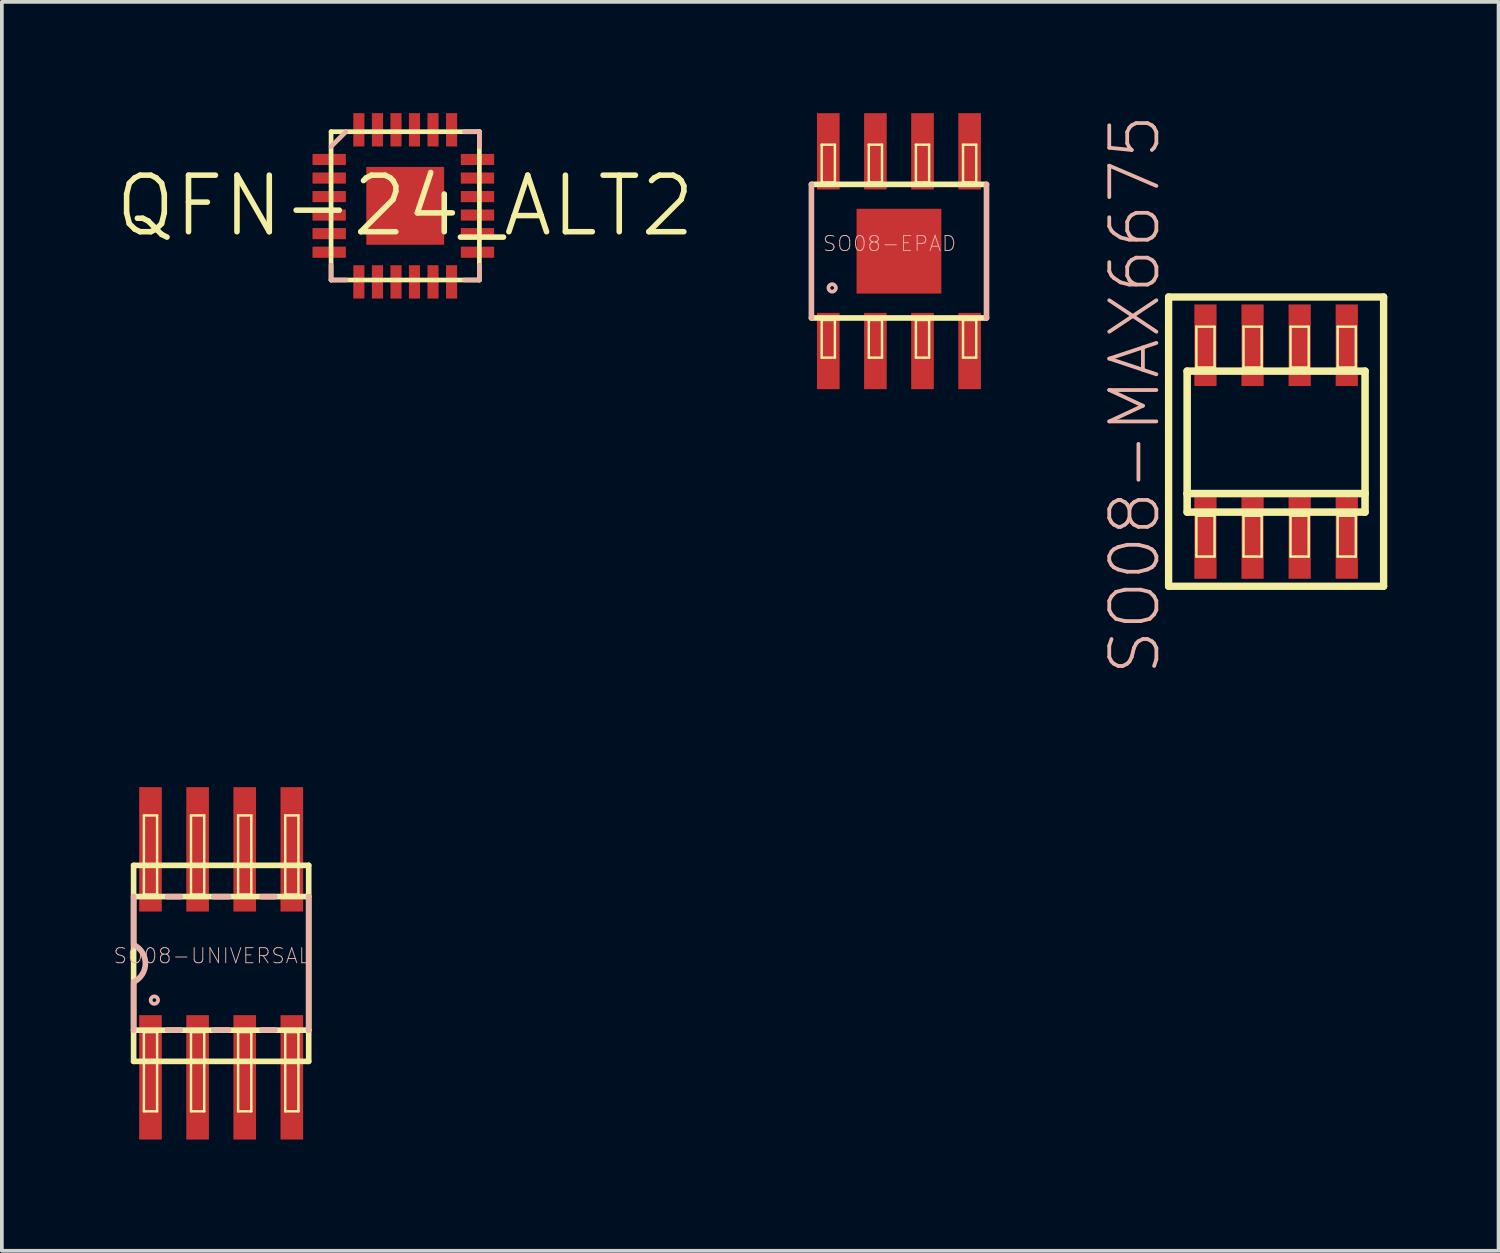
<source format=kicad_pcb>
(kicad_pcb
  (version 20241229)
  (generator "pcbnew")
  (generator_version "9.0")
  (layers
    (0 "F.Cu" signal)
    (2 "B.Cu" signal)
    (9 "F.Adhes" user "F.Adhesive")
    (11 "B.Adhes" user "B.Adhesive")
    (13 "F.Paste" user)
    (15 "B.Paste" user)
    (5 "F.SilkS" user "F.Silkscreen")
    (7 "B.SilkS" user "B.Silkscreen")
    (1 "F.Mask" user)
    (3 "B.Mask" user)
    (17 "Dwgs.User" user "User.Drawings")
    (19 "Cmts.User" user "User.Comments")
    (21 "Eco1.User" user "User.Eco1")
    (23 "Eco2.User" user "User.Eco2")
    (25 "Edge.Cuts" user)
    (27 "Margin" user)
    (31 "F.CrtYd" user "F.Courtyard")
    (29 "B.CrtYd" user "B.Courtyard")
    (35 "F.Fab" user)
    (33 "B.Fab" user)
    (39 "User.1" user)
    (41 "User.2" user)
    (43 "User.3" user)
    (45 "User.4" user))
  (footprint "SO08-MAX6675"
    (layer "F.Cu")
    (at 31.351 8.855)
    (property "Reference" "SO08-MAX6675" (at -3.81 -1.27 90) (layer "B.SilkS") (effects (font (size 1.27 1.27) (thickness 0.102))))
    (attr smd)
    (fp_line (start -2.898 -3.899) (end 2.898 -3.899) (stroke (width 0.198) (type solid)) (layer "F.SilkS"))
    (fp_line (start -2.898 3.899) (end -2.898 -3.899) (stroke (width 0.198) (type solid)) (layer "F.SilkS"))
    (fp_line (start -2.398 -1.9) (end 2.398 -1.9) (stroke (width 0.203) (type solid)) (layer "F.SilkS"))
    (fp_line (start -2.398 1.4) (end -2.398 -1.9) (stroke (width 0.203) (type solid)) (layer "F.SilkS"))
    (fp_line (start -2.398 1.9) (end -2.398 1.4) (stroke (width 0.203) (type solid)) (layer "F.SilkS"))
    (fp_line (start -2.149 -3.099) (end -1.659 -3.099) (stroke (width 0.066) (type solid)) (layer "F.SilkS"))
    (fp_line (start -2.149 -1.999) (end -2.149 -3.099) (stroke (width 0.066) (type solid)) (layer "F.SilkS"))
    (fp_line (start -2.149 -1.999) (end -1.659 -1.999) (stroke (width 0.066) (type solid)) (layer "F.SilkS"))
    (fp_line (start -2.149 1.999) (end -1.659 1.999) (stroke (width 0.066) (type solid)) (layer "F.SilkS"))
    (fp_line (start -2.149 3.099) (end -2.149 1.999) (stroke (width 0.066) (type solid)) (layer "F.SilkS"))
    (fp_line (start -2.149 3.099) (end -1.659 3.099) (stroke (width 0.066) (type solid)) (layer "F.SilkS"))
    (fp_line (start -1.659 -1.999) (end -1.659 -3.099) (stroke (width 0.066) (type solid)) (layer "F.SilkS"))
    (fp_line (start -1.659 3.099) (end -1.659 1.999) (stroke (width 0.066) (type solid)) (layer "F.SilkS"))
    (fp_line (start -0.879 -3.099) (end -0.389 -3.099) (stroke (width 0.066) (type solid)) (layer "F.SilkS"))
    (fp_line (start -0.879 -1.999) (end -0.879 -3.099) (stroke (width 0.066) (type solid)) (layer "F.SilkS"))
    (fp_line (start -0.879 -1.999) (end -0.389 -1.999) (stroke (width 0.066) (type solid)) (layer "F.SilkS"))
    (fp_line (start -0.879 1.999) (end -0.389 1.999) (stroke (width 0.066) (type solid)) (layer "F.SilkS"))
    (fp_line (start -0.879 3.099) (end -0.879 1.999) (stroke (width 0.066) (type solid)) (layer "F.SilkS"))
    (fp_line (start -0.879 3.099) (end -0.389 3.099) (stroke (width 0.066) (type solid)) (layer "F.SilkS"))
    (fp_line (start -0.389 -1.999) (end -0.389 -3.099) (stroke (width 0.066) (type solid)) (layer "F.SilkS"))
    (fp_line (start -0.389 3.099) (end -0.389 1.999) (stroke (width 0.066) (type solid)) (layer "F.SilkS"))
    (fp_line (start 0.389 -3.099) (end 0.879 -3.099) (stroke (width 0.066) (type solid)) (layer "F.SilkS"))
    (fp_line (start 0.389 -1.999) (end 0.389 -3.099) (stroke (width 0.066) (type solid)) (layer "F.SilkS"))
    (fp_line (start 0.389 -1.999) (end 0.879 -1.999) (stroke (width 0.066) (type solid)) (layer "F.SilkS"))
    (fp_line (start 0.389 1.999) (end 0.879 1.999) (stroke (width 0.066) (type solid)) (layer "F.SilkS"))
    (fp_line (start 0.389 3.099) (end 0.389 1.999) (stroke (width 0.066) (type solid)) (layer "F.SilkS"))
    (fp_line (start 0.389 3.099) (end 0.879 3.099) (stroke (width 0.066) (type solid)) (layer "F.SilkS"))
    (fp_line (start 0.879 -1.999) (end 0.879 -3.099) (stroke (width 0.066) (type solid)) (layer "F.SilkS"))
    (fp_line (start 0.879 3.099) (end 0.879 1.999) (stroke (width 0.066) (type solid)) (layer "F.SilkS"))
    (fp_line (start 1.659 -3.099) (end 2.149 -3.099) (stroke (width 0.066) (type solid)) (layer "F.SilkS"))
    (fp_line (start 1.659 -1.999) (end 1.659 -3.099) (stroke (width 0.066) (type solid)) (layer "F.SilkS"))
    (fp_line (start 1.659 -1.999) (end 2.149 -1.999) (stroke (width 0.066) (type solid)) (layer "F.SilkS"))
    (fp_line (start 1.659 1.999) (end 2.149 1.999) (stroke (width 0.066) (type solid)) (layer "F.SilkS"))
    (fp_line (start 1.659 3.099) (end 1.659 1.999) (stroke (width 0.066) (type solid)) (layer "F.SilkS"))
    (fp_line (start 1.659 3.099) (end 2.149 3.099) (stroke (width 0.066) (type solid)) (layer "F.SilkS"))
    (fp_line (start 2.149 -1.999) (end 2.149 -3.099) (stroke (width 0.066) (type solid)) (layer "F.SilkS"))
    (fp_line (start 2.149 3.099) (end 2.149 1.999) (stroke (width 0.066) (type solid)) (layer "F.SilkS"))
    (fp_line (start 2.398 -1.9) (end 2.398 1.4) (stroke (width 0.203) (type solid)) (layer "F.SilkS"))
    (fp_line (start 2.398 1.4) (end -2.398 1.4) (stroke (width 0.203) (type solid)) (layer "F.SilkS"))
    (fp_line (start 2.398 1.4) (end 2.398 1.9) (stroke (width 0.203) (type solid)) (layer "F.SilkS"))
    (fp_line (start 2.398 1.9) (end -2.398 1.9) (stroke (width 0.203) (type solid)) (layer "F.SilkS"))
    (fp_line (start 2.898 -3.899) (end 2.898 3.899) (stroke (width 0.198) (type solid)) (layer "F.SilkS"))
    (fp_line (start 2.898 3.899) (end -2.898 3.899) (stroke (width 0.198) (type solid)) (layer "F.SilkS"))
    (pad "1" smd rect (at -1.905 2.598) (size 0.599 2.2) (layers "F.Cu" "F.Mask" "F.Paste"))
    (pad "2" smd rect (at -0.635 2.598) (size 0.599 2.2) (layers "F.Cu" "F.Mask" "F.Paste"))
    (pad "3" smd rect (at 0.635 2.598) (size 0.599 2.2) (layers "F.Cu" "F.Mask" "F.Paste"))
    (pad "4" smd rect (at 1.905 2.598) (size 0.599 2.2) (layers "F.Cu" "F.Mask" "F.Paste"))
    (pad "5" smd rect (at 1.905 -2.598) (size 0.599 2.2) (layers "F.Cu" "F.Mask" "F.Paste"))
    (pad "6" smd rect (at 0.635 -2.598) (size 0.599 2.2) (layers "F.Cu" "F.Mask" "F.Paste"))
    (pad "7" smd rect (at -0.635 -2.598) (size 0.599 2.2) (layers "F.Cu" "F.Mask" "F.Paste"))
    (pad "8" smd rect (at -1.905 -2.598) (size 0.599 2.2) (layers "F.Cu" "F.Mask" "F.Paste")))
  (footprint "SO08-EPAD"
    (layer "F.Cu")
    (at 21.184 3.721)
    (property "Reference" "SO08-EPAD" (at -0.254 -0.203 0) (layer "B.SilkS") (effects (font (size 0.406 0.406) (thickness 0.025))))
    (attr smd)
    (fp_line (start -2.36 1.801) (end 2.36 1.801) (stroke (width 0.152) (type solid)) (layer "F.SilkS"))
    (fp_line (start -2.083 -2.87) (end -1.727 -2.87) (stroke (width 0.066) (type solid)) (layer "F.SilkS"))
    (fp_line (start -2.083 -1.854) (end -2.083 -2.87) (stroke (width 0.066) (type solid)) (layer "F.SilkS"))
    (fp_line (start -2.083 -1.854) (end -1.727 -1.854) (stroke (width 0.066) (type solid)) (layer "F.SilkS"))
    (fp_line (start -2.083 1.854) (end -1.727 1.854) (stroke (width 0.066) (type solid)) (layer "F.SilkS"))
    (fp_line (start -2.083 2.87) (end -2.083 1.854) (stroke (width 0.066) (type solid)) (layer "F.SilkS"))
    (fp_line (start -2.083 2.87) (end -1.727 2.87) (stroke (width 0.066) (type solid)) (layer "F.SilkS"))
    (fp_line (start -1.727 -1.854) (end -1.727 -2.87) (stroke (width 0.066) (type solid)) (layer "F.SilkS"))
    (fp_line (start -1.727 2.87) (end -1.727 1.854) (stroke (width 0.066) (type solid)) (layer "F.SilkS"))
    (fp_line (start -0.813 -2.87) (end -0.457 -2.87) (stroke (width 0.066) (type solid)) (layer "F.SilkS"))
    (fp_line (start -0.813 -1.854) (end -0.813 -2.87) (stroke (width 0.066) (type solid)) (layer "F.SilkS"))
    (fp_line (start -0.813 -1.854) (end -0.457 -1.854) (stroke (width 0.066) (type solid)) (layer "F.SilkS"))
    (fp_line (start -0.813 1.854) (end -0.457 1.854) (stroke (width 0.066) (type solid)) (layer "F.SilkS"))
    (fp_line (start -0.813 2.87) (end -0.813 1.854) (stroke (width 0.066) (type solid)) (layer "F.SilkS"))
    (fp_line (start -0.813 2.87) (end -0.457 2.87) (stroke (width 0.066) (type solid)) (layer "F.SilkS"))
    (fp_line (start -0.457 -1.854) (end -0.457 -2.87) (stroke (width 0.066) (type solid)) (layer "F.SilkS"))
    (fp_line (start -0.457 2.87) (end -0.457 1.854) (stroke (width 0.066) (type solid)) (layer "F.SilkS"))
    (fp_line (start 0.457 -2.87) (end 0.813 -2.87) (stroke (width 0.066) (type solid)) (layer "F.SilkS"))
    (fp_line (start 0.457 -1.854) (end 0.457 -2.87) (stroke (width 0.066) (type solid)) (layer "F.SilkS"))
    (fp_line (start 0.457 -1.854) (end 0.813 -1.854) (stroke (width 0.066) (type solid)) (layer "F.SilkS"))
    (fp_line (start 0.457 1.854) (end 0.813 1.854) (stroke (width 0.066) (type solid)) (layer "F.SilkS"))
    (fp_line (start 0.457 2.87) (end 0.457 1.854) (stroke (width 0.066) (type solid)) (layer "F.SilkS"))
    (fp_line (start 0.457 2.87) (end 0.813 2.87) (stroke (width 0.066) (type solid)) (layer "F.SilkS"))
    (fp_line (start 0.813 -1.854) (end 0.813 -2.87) (stroke (width 0.066) (type solid)) (layer "F.SilkS"))
    (fp_line (start 0.813 2.87) (end 0.813 1.854) (stroke (width 0.066) (type solid)) (layer "F.SilkS"))
    (fp_line (start 1.727 -2.87) (end 2.083 -2.87) (stroke (width 0.066) (type solid)) (layer "F.SilkS"))
    (fp_line (start 1.727 -1.854) (end 1.727 -2.87) (stroke (width 0.066) (type solid)) (layer "F.SilkS"))
    (fp_line (start 1.727 -1.854) (end 2.083 -1.854) (stroke (width 0.066) (type solid)) (layer "F.SilkS"))
    (fp_line (start 1.727 1.854) (end 2.083 1.854) (stroke (width 0.066) (type solid)) (layer "F.SilkS"))
    (fp_line (start 1.727 2.87) (end 1.727 1.854) (stroke (width 0.066) (type solid)) (layer "F.SilkS"))
    (fp_line (start 1.727 2.87) (end 2.083 2.87) (stroke (width 0.066) (type solid)) (layer "F.SilkS"))
    (fp_line (start 2.083 -1.854) (end 2.083 -2.87) (stroke (width 0.066) (type solid)) (layer "F.SilkS"))
    (fp_line (start 2.083 2.87) (end 2.083 1.854) (stroke (width 0.066) (type solid)) (layer "F.SilkS"))
    (fp_line (start 2.36 -1.801) (end -2.36 -1.801) (stroke (width 0.152) (type solid)) (layer "F.SilkS"))
    (fp_line (start -2.36 -1.801) (end -2.36 1.801) (stroke (width 0.152) (type solid)) (layer "B.SilkS"))
    (fp_line (start 2.36 1.801) (end 2.36 -1.801) (stroke (width 0.152) (type solid)) (layer "B.SilkS"))
    (fp_circle (center -1.801 0.991) (end -1.872 1.062) (stroke (width 0.102) (type solid)) (fill no) (layer "B.SilkS"))
    (pad "1" smd rect (at -1.905 2.692) (size 0.61 2.057) (layers "F.Cu" "F.Mask" "F.Paste"))
    (pad "2" smd rect (at -0.635 2.692) (size 0.61 2.057) (layers "F.Cu" "F.Mask" "F.Paste"))
    (pad "3" smd rect (at 0.635 2.692) (size 0.61 2.057) (layers "F.Cu" "F.Mask" "F.Paste"))
    (pad "4" smd rect (at 1.905 2.692) (size 0.61 2.057) (layers "F.Cu" "F.Mask" "F.Paste"))
    (pad "5" smd rect (at 1.905 -2.692) (size 0.61 2.057) (layers "F.Cu" "F.Mask" "F.Paste"))
    (pad "6" smd rect (at 0.635 -2.692) (size 0.61 2.057) (layers "F.Cu" "F.Mask" "F.Paste"))
    (pad "7" smd rect (at -0.635 -2.692) (size 0.61 2.057) (layers "F.Cu" "F.Mask" "F.Paste"))
    (pad "8" smd rect (at -1.905 -2.692) (size 0.61 2.057) (layers "F.Cu" "F.Mask" "F.Paste"))
    (pad "EPAD" smd rect (at 0 0 90) (size 2.286 2.286) (layers "F.Cu" "F.Mask" "F.Paste")))
  (footprint "QFN-24_ALT2"
    (layer "F.Cu")
    (at 7.874 2.499)
    (property "Reference" "QFN-24_ALT2" (at 0 0 0) (layer "F.SilkS") (effects (font (size 1.524 1.524) (thickness 0.15))))
    (attr smd)
    (fp_line (start -1.999 -1.999) (end 1.999 -1.999) (stroke (width 0.127) (type solid)) (layer "F.SilkS"))
    (fp_line (start -1.999 1.999) (end -1.999 -1.999) (stroke (width 0.127) (type solid)) (layer "F.SilkS"))
    (fp_line (start 1.999 -1.999) (end 1.999 1.999) (stroke (width 0.127) (type solid)) (layer "F.SilkS"))
    (fp_line (start 1.999 1.999) (end -1.999 1.999) (stroke (width 0.127) (type solid)) (layer "F.SilkS"))
    (fp_line (start -1.999 -1.598) (end -1.598 -1.999) (stroke (width 0.127) (type solid)) (layer "B.SilkS"))
    (fp_line (start -1.999 1.999) (end -1.999 1.598) (stroke (width 0.127) (type solid)) (layer "B.SilkS"))
    (fp_line (start -1.999 1.999) (end -1.598 1.999) (stroke (width 0.127) (type solid)) (layer "B.SilkS"))
    (fp_line (start 1.999 -1.999) (end 1.598 -1.999) (stroke (width 0.127) (type solid)) (layer "B.SilkS"))
    (fp_line (start 1.999 -1.999) (end 1.999 -1.598) (stroke (width 0.127) (type solid)) (layer "B.SilkS"))
    (fp_line (start 1.999 1.999) (end 1.598 1.999) (stroke (width 0.127) (type solid)) (layer "B.SilkS"))
    (fp_line (start 1.999 1.999) (end 1.999 1.598) (stroke (width 0.127) (type solid)) (layer "B.SilkS"))
    (pad "1" smd rect (at -2.05 -1.25 90) (size 0.3 0.899) (layers "F.Cu" "F.Mask" "F.Paste"))
    (pad "2" smd rect (at -2.05 -0.749 90) (size 0.3 0.899) (layers "F.Cu" "F.Mask" "F.Paste"))
    (pad "3" smd rect (at -2.05 -0.249 90) (size 0.3 0.899) (layers "F.Cu" "F.Mask" "F.Paste"))
    (pad "4" smd rect (at -2.05 0.249 90) (size 0.3 0.899) (layers "F.Cu" "F.Mask" "F.Paste"))
    (pad "5" smd rect (at -2.05 0.749 90) (size 0.3 0.899) (layers "F.Cu" "F.Mask" "F.Paste"))
    (pad "6" smd rect (at -2.05 1.25 90) (size 0.3 0.899) (layers "F.Cu" "F.Mask" "F.Paste"))
    (pad "7" smd rect (at -1.25 2.05) (size 0.3 0.899) (layers "F.Cu" "F.Mask" "F.Paste"))
    (pad "8" smd rect (at -0.749 2.05) (size 0.3 0.899) (layers "F.Cu" "F.Mask" "F.Paste"))
    (pad "9" smd rect (at -0.249 2.05) (size 0.3 0.899) (layers "F.Cu" "F.Mask" "F.Paste"))
    (pad "10" smd rect (at 0.249 2.05) (size 0.3 0.899) (layers "F.Cu" "F.Mask" "F.Paste"))
    (pad "11" smd rect (at 0.749 2.05) (size 0.3 0.899) (layers "F.Cu" "F.Mask" "F.Paste"))
    (pad "12" smd rect (at 1.25 2.05) (size 0.3 0.899) (layers "F.Cu" "F.Mask" "F.Paste"))
    (pad "13" smd rect (at 1.948 1.25 90) (size 0.3 0.899) (layers "F.Cu" "F.Mask" "F.Paste"))
    (pad "14" smd rect (at 1.948 0.749 90) (size 0.3 0.899) (layers "F.Cu" "F.Mask" "F.Paste"))
    (pad "15" smd rect (at 1.948 0.249 90) (size 0.3 0.899) (layers "F.Cu" "F.Mask" "F.Paste"))
    (pad "16" smd rect (at 1.948 -0.249 90) (size 0.3 0.899) (layers "F.Cu" "F.Mask" "F.Paste"))
    (pad "17" smd rect (at 1.948 -0.749 90) (size 0.3 0.899) (layers "F.Cu" "F.Mask" "F.Paste"))
    (pad "18" smd rect (at 1.948 -1.25 90) (size 0.3 0.899) (layers "F.Cu" "F.Mask" "F.Paste"))
    (pad "19" smd rect (at 1.25 -2.05) (size 0.3 0.899) (layers "F.Cu" "F.Mask" "F.Paste"))
    (pad "20" smd rect (at 0.749 -2.05) (size 0.3 0.899) (layers "F.Cu" "F.Mask" "F.Paste"))
    (pad "21" smd rect (at 0.249 -2.05) (size 0.3 0.899) (layers "F.Cu" "F.Mask" "F.Paste"))
    (pad "22" smd rect (at -0.249 -2.05) (size 0.3 0.899) (layers "F.Cu" "F.Mask" "F.Paste"))
    (pad "23" smd rect (at -0.749 -2.05) (size 0.3 0.899) (layers "F.Cu" "F.Mask" "F.Paste"))
    (pad "24" smd rect (at -1.25 -2.05) (size 0.3 0.899) (layers "F.Cu" "F.Mask" "F.Paste"))
    (pad "EP" smd rect (at 0 0) (size 2.098 2.098) (layers "F.Cu" "F.Mask" "F.Paste")))
  (footprint "SO08-UNIVERSAL"
    (layer "F.Cu")
    (at 2.912 22.92)
    (property "Reference" "SO08-UNIVERSAL" (at -0.254 -0.203 0) (layer "B.SilkS") (effects (font (size 0.406 0.406) (thickness 0.025))))
    (attr smd)
    (fp_line (start -2.36 -2.642) (end -2.36 1.801) (stroke (width 0.152) (type solid)) (layer "F.SilkS"))
    (fp_line (start -2.36 1.801) (end -2.36 2.642) (stroke (width 0.152) (type solid)) (layer "F.SilkS"))
    (fp_line (start -2.36 1.801) (end 2.36 1.801) (stroke (width 0.152) (type solid)) (layer "F.SilkS"))
    (fp_line (start -2.083 -3.988) (end -1.727 -3.988) (stroke (width 0.066) (type solid)) (layer "F.SilkS"))
    (fp_line (start -2.083 -1.854) (end -2.083 -3.988) (stroke (width 0.066) (type solid)) (layer "F.SilkS"))
    (fp_line (start -2.083 -1.854) (end -1.727 -1.854) (stroke (width 0.066) (type solid)) (layer "F.SilkS"))
    (fp_line (start -2.083 1.854) (end -1.727 1.854) (stroke (width 0.066) (type solid)) (layer "F.SilkS"))
    (fp_line (start -2.083 3.988) (end -2.083 1.854) (stroke (width 0.066) (type solid)) (layer "F.SilkS"))
    (fp_line (start -2.083 3.988) (end -1.727 3.988) (stroke (width 0.066) (type solid)) (layer "F.SilkS"))
    (fp_line (start -1.727 -1.854) (end -1.727 -3.988) (stroke (width 0.066) (type solid)) (layer "F.SilkS"))
    (fp_line (start -1.727 3.988) (end -1.727 1.854) (stroke (width 0.066) (type solid)) (layer "F.SilkS"))
    (fp_line (start -0.813 -3.988) (end -0.457 -3.988) (stroke (width 0.066) (type solid)) (layer "F.SilkS"))
    (fp_line (start -0.813 -1.854) (end -0.813 -3.988) (stroke (width 0.066) (type solid)) (layer "F.SilkS"))
    (fp_line (start -0.813 -1.854) (end -0.457 -1.854) (stroke (width 0.066) (type solid)) (layer "F.SilkS"))
    (fp_line (start -0.813 1.854) (end -0.457 1.854) (stroke (width 0.066) (type solid)) (layer "F.SilkS"))
    (fp_line (start -0.813 3.988) (end -0.813 1.854) (stroke (width 0.066) (type solid)) (layer "F.SilkS"))
    (fp_line (start -0.813 3.988) (end -0.457 3.988) (stroke (width 0.066) (type solid)) (layer "F.SilkS"))
    (fp_line (start -0.457 -1.854) (end -0.457 -3.988) (stroke (width 0.066) (type solid)) (layer "F.SilkS"))
    (fp_line (start -0.457 3.988) (end -0.457 1.854) (stroke (width 0.066) (type solid)) (layer "F.SilkS"))
    (fp_line (start 0.457 -3.988) (end 0.813 -3.988) (stroke (width 0.066) (type solid)) (layer "F.SilkS"))
    (fp_line (start 0.457 -1.854) (end 0.457 -3.988) (stroke (width 0.066) (type solid)) (layer "F.SilkS"))
    (fp_line (start 0.457 -1.854) (end 0.813 -1.854) (stroke (width 0.066) (type solid)) (layer "F.SilkS"))
    (fp_line (start 0.457 1.854) (end 0.813 1.854) (stroke (width 0.066) (type solid)) (layer "F.SilkS"))
    (fp_line (start 0.457 3.988) (end 0.457 1.854) (stroke (width 0.066) (type solid)) (layer "F.SilkS"))
    (fp_line (start 0.457 3.988) (end 0.813 3.988) (stroke (width 0.066) (type solid)) (layer "F.SilkS"))
    (fp_line (start 0.813 -1.854) (end 0.813 -3.988) (stroke (width 0.066) (type solid)) (layer "F.SilkS"))
    (fp_line (start 0.813 3.988) (end 0.813 1.854) (stroke (width 0.066) (type solid)) (layer "F.SilkS"))
    (fp_line (start 1.727 -3.988) (end 2.083 -3.988) (stroke (width 0.066) (type solid)) (layer "F.SilkS"))
    (fp_line (start 1.727 -1.854) (end 1.727 -3.988) (stroke (width 0.066) (type solid)) (layer "F.SilkS"))
    (fp_line (start 1.727 -1.854) (end 2.083 -1.854) (stroke (width 0.066) (type solid)) (layer "F.SilkS"))
    (fp_line (start 1.727 1.854) (end 2.083 1.854) (stroke (width 0.066) (type solid)) (layer "F.SilkS"))
    (fp_line (start 1.727 3.988) (end 1.727 1.854) (stroke (width 0.066) (type solid)) (layer "F.SilkS"))
    (fp_line (start 1.727 3.988) (end 2.083 3.988) (stroke (width 0.066) (type solid)) (layer "F.SilkS"))
    (fp_line (start 2.083 -1.854) (end 2.083 -3.988) (stroke (width 0.066) (type solid)) (layer "F.SilkS"))
    (fp_line (start 2.083 3.988) (end 2.083 1.854) (stroke (width 0.066) (type solid)) (layer "F.SilkS"))
    (fp_line (start 2.36 -2.642) (end -2.36 -2.642) (stroke (width 0.152) (type solid)) (layer "F.SilkS"))
    (fp_line (start 2.36 -2.642) (end 2.36 1.801) (stroke (width 0.152) (type solid)) (layer "F.SilkS"))
    (fp_line (start 2.36 -1.801) (end -2.36 -1.801) (stroke (width 0.152) (type solid)) (layer "F.SilkS"))
    (fp_line (start 2.36 1.801) (end 2.36 2.642) (stroke (width 0.152) (type solid)) (layer "F.SilkS"))
    (fp_line (start 2.36 2.642) (end -2.36 2.642) (stroke (width 0.152) (type solid)) (layer "F.SilkS"))
    (fp_line (start -2.36 -1.801) (end -2.36 -0.495) (stroke (width 0.152) (type solid)) (layer "B.SilkS"))
    (fp_line (start -2.36 0.495) (end -2.36 1.801) (stroke (width 0.152) (type solid)) (layer "B.SilkS"))
    (fp_line (start -1.448 -1.798) (end -1.1 -1.798) (stroke (width 0.152) (type solid)) (layer "B.SilkS"))
    (fp_line (start -1.448 1.798) (end -1.1 1.798) (stroke (width 0.152) (type solid)) (layer "B.SilkS"))
    (fp_line (start -0.198 -1.798) (end 0.198 -1.798) (stroke (width 0.152) (type solid)) (layer "B.SilkS"))
    (fp_line (start -0.198 1.798) (end 0.198 1.798) (stroke (width 0.152) (type solid)) (layer "B.SilkS"))
    (fp_line (start 1.1 -1.798) (end 1.448 -1.798) (stroke (width 0.152) (type solid)) (layer "B.SilkS"))
    (fp_line (start 1.1 1.798) (end 1.448 1.798) (stroke (width 0.152) (type solid)) (layer "B.SilkS"))
    (fp_line (start 2.36 1.801) (end 2.36 -1.801) (stroke (width 0.152) (type solid)) (layer "B.SilkS"))
    (fp_arc (start -2.3495 -0.49784) (mid -2.041818 -0.000339) (end -2.348893 0.497536) (stroke (width 0.1524) (type solid)) (layer "B.SilkS"))
    (fp_circle (center -1.801 0.991) (end -1.872 1.062) (stroke (width 0.102) (type solid)) (fill no) (layer "B.SilkS"))
    (pad "1" smd rect (at -1.905 3.073) (size 0.61 3.353) (layers "F.Cu" "F.Mask" "F.Paste"))
    (pad "2" smd rect (at -0.635 3.073) (size 0.61 3.353) (layers "F.Cu" "F.Mask" "F.Paste"))
    (pad "3" smd rect (at 0.635 3.073) (size 0.61 3.353) (layers "F.Cu" "F.Mask" "F.Paste"))
    (pad "4" smd rect (at 1.905 3.073) (size 0.61 3.353) (layers "F.Cu" "F.Mask" "F.Paste"))
    (pad "5" smd rect (at 1.905 -3.073) (size 0.61 3.353) (layers "F.Cu" "F.Mask" "F.Paste"))
    (pad "6" smd rect (at 0.635 -3.073) (size 0.61 3.353) (layers "F.Cu" "F.Mask" "F.Paste"))
    (pad "7" smd rect (at -0.635 -3.073) (size 0.61 3.353) (layers "F.Cu" "F.Mask" "F.Paste"))
    (pad "8" smd rect (at -1.905 -3.073) (size 0.61 3.353) (layers "F.Cu" "F.Mask" "F.Paste")))
  (gr_rect
    (start -3 -3)
    (end 37.348 30.669)
    (stroke (width 0.1) (type default))
    (fill no)
    (layer "Edge.Cuts")))
</source>
